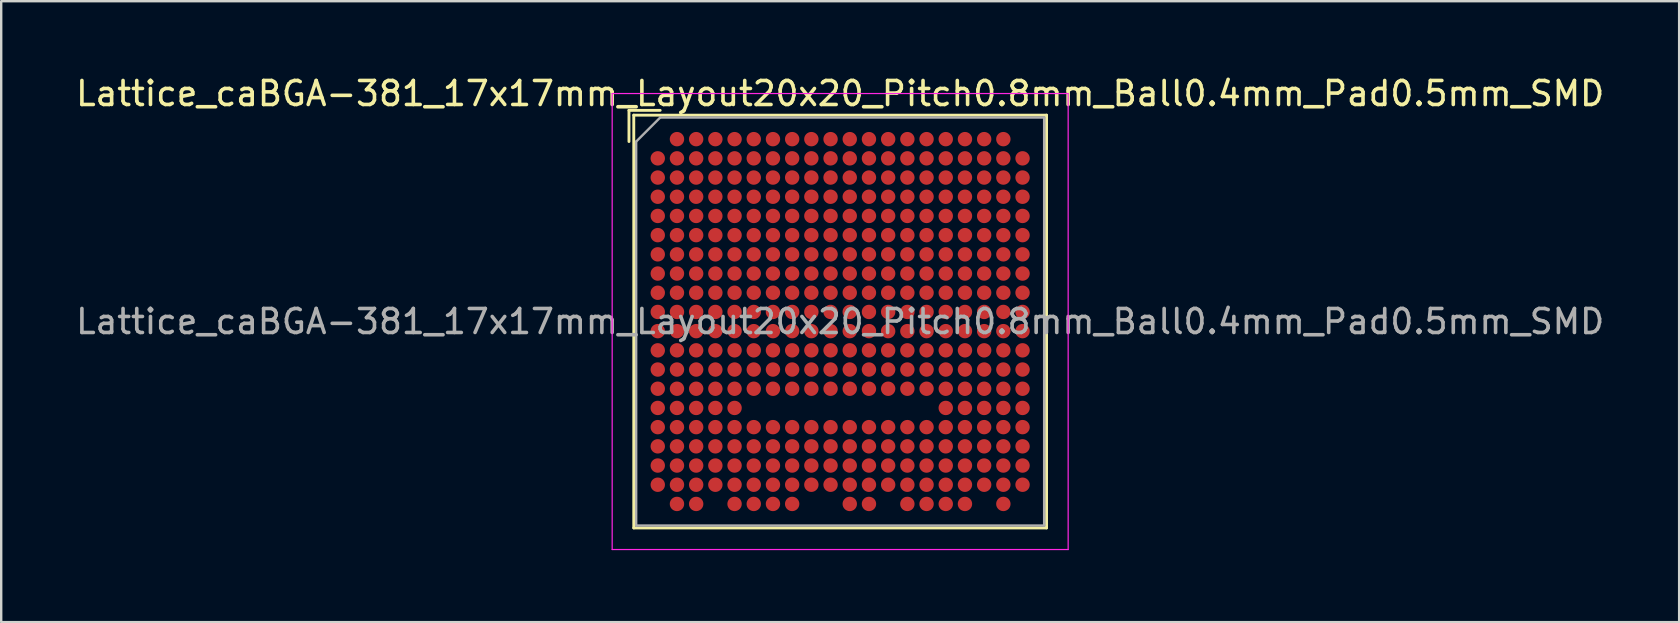
<source format=kicad_pcb>
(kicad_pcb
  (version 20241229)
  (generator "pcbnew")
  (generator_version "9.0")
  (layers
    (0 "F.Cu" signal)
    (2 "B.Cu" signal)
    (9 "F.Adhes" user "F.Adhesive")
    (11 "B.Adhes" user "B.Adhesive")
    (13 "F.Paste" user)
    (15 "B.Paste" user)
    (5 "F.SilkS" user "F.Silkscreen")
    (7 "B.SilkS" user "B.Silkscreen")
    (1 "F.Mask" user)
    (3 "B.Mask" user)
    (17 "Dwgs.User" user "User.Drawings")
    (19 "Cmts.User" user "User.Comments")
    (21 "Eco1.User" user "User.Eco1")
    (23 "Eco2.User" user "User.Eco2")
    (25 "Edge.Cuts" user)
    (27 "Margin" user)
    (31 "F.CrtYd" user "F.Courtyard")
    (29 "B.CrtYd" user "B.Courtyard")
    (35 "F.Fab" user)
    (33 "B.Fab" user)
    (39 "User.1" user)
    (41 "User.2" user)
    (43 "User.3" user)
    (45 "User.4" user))
  (footprint "Lattice_caBGA-381_17x17mm_Layout20x20_Pitch0.8mm_Ball0.4mm_Pad0.5mm_SMD"
    (layer "F.Cu")
    (at 31.958 10.348)
    (property "Reference" "Lattice_caBGA-381_17x17mm_Layout20x20_Pitch0.8mm_Ball0.4mm_Pad0.5mm_SMD" (at 0 -9.5 0) (layer "F.SilkS") (effects (font (size 1 1) (thickness 0.15))))
    (attr smd)
    (fp_line (start -8.8 -8.8) (end -8.8 -7.5) (stroke (width 0.12) (type solid)) (layer "F.SilkS"))
    (fp_line (start -8.8 -8.8) (end -7.5 -8.8) (stroke (width 0.12) (type solid)) (layer "F.SilkS"))
    (fp_line (start -8.6 -8.6) (end 8.6 -8.6) (stroke (width 0.12) (type solid)) (layer "F.SilkS"))
    (fp_line (start -8.6 8.6) (end -8.6 -8.6) (stroke (width 0.12) (type solid)) (layer "F.SilkS"))
    (fp_line (start 8.6 -8.6) (end 8.6 8.6) (stroke (width 0.12) (type solid)) (layer "F.SilkS"))
    (fp_line (start 8.6 8.6) (end -8.6 8.6) (stroke (width 0.12) (type solid)) (layer "F.SilkS"))
    (fp_line (start -9.5 -9.5) (end 9.5 -9.5) (stroke (width 0.05) (type solid)) (layer "F.CrtYd"))
    (fp_line (start -9.5 9.5) (end -9.5 -9.5) (stroke (width 0.05) (type solid)) (layer "F.CrtYd"))
    (fp_line (start 9.5 -9.5) (end 9.5 9.5) (stroke (width 0.05) (type solid)) (layer "F.CrtYd"))
    (fp_line (start 9.5 9.5) (end -9.5 9.5) (stroke (width 0.05) (type solid)) (layer "F.CrtYd"))
    (fp_line (start -8.5 -7.5) (end -7.5 -8.5) (stroke (width 0.1) (type solid)) (layer "F.Fab"))
    (fp_line (start -8.5 8.5) (end -8.5 -7.5) (stroke (width 0.1) (type solid)) (layer "F.Fab"))
    (fp_line (start -7.5 -8.5) (end 8.5 -8.5) (stroke (width 0.1) (type solid)) (layer "F.Fab"))
    (fp_line (start 8.5 -8.5) (end 8.5 8.5) (stroke (width 0.1) (type solid)) (layer "F.Fab"))
    (fp_line (start 8.5 8.5) (end -8.5 8.5) (stroke (width 0.1) (type solid)) (layer "F.Fab"))
    (fp_text user "${REFERENCE}" (at 0 0 0) (layer "F.Fab") (effects (font (size 1 1) (thickness 0.15))))
    (pad "A2" smd circle (at -6.8 -7.6) (size 0.6 0.6) (layers "F.Cu" "F.Mask" "F.Paste"))
    (pad "A3" smd circle (at -6 -7.6) (size 0.6 0.6) (layers "F.Cu" "F.Mask" "F.Paste"))
    (pad "A4" smd circle (at -5.2 -7.6) (size 0.6 0.6) (layers "F.Cu" "F.Mask" "F.Paste"))
    (pad "A5" smd circle (at -4.4 -7.6) (size 0.6 0.6) (layers "F.Cu" "F.Mask" "F.Paste"))
    (pad "A6" smd circle (at -3.6 -7.6) (size 0.6 0.6) (layers "F.Cu" "F.Mask" "F.Paste"))
    (pad "A7" smd circle (at -2.8 -7.6) (size 0.6 0.6) (layers "F.Cu" "F.Mask" "F.Paste"))
    (pad "A8" smd circle (at -2 -7.6) (size 0.6 0.6) (layers "F.Cu" "F.Mask" "F.Paste"))
    (pad "A9" smd circle (at -1.2 -7.6) (size 0.6 0.6) (layers "F.Cu" "F.Mask" "F.Paste"))
    (pad "A10" smd circle (at -0.4 -7.6) (size 0.6 0.6) (layers "F.Cu" "F.Mask" "F.Paste"))
    (pad "A11" smd circle (at 0.4 -7.6) (size 0.6 0.6) (layers "F.Cu" "F.Mask" "F.Paste"))
    (pad "A12" smd circle (at 1.2 -7.6) (size 0.6 0.6) (layers "F.Cu" "F.Mask" "F.Paste"))
    (pad "A13" smd circle (at 2 -7.6) (size 0.6 0.6) (layers "F.Cu" "F.Mask" "F.Paste"))
    (pad "A14" smd circle (at 2.8 -7.6) (size 0.6 0.6) (layers "F.Cu" "F.Mask" "F.Paste"))
    (pad "A15" smd circle (at 3.6 -7.6) (size 0.6 0.6) (layers "F.Cu" "F.Mask" "F.Paste"))
    (pad "A16" smd circle (at 4.4 -7.6) (size 0.6 0.6) (layers "F.Cu" "F.Mask" "F.Paste"))
    (pad "A17" smd circle (at 5.2 -7.6) (size 0.6 0.6) (layers "F.Cu" "F.Mask" "F.Paste"))
    (pad "A18" smd circle (at 6 -7.6) (size 0.6 0.6) (layers "F.Cu" "F.Mask" "F.Paste"))
    (pad "A19" smd circle (at 6.8 -7.6) (size 0.6 0.6) (layers "F.Cu" "F.Mask" "F.Paste"))
    (pad "B1" smd circle (at -7.6 -6.8) (size 0.6 0.6) (layers "F.Cu" "F.Mask" "F.Paste"))
    (pad "B2" smd circle (at -6.8 -6.8) (size 0.6 0.6) (layers "F.Cu" "F.Mask" "F.Paste"))
    (pad "B3" smd circle (at -6 -6.8) (size 0.6 0.6) (layers "F.Cu" "F.Mask" "F.Paste"))
    (pad "B4" smd circle (at -5.2 -6.8) (size 0.6 0.6) (layers "F.Cu" "F.Mask" "F.Paste"))
    (pad "B5" smd circle (at -4.4 -6.8) (size 0.6 0.6) (layers "F.Cu" "F.Mask" "F.Paste"))
    (pad "B6" smd circle (at -3.6 -6.8) (size 0.6 0.6) (layers "F.Cu" "F.Mask" "F.Paste"))
    (pad "B7" smd circle (at -2.8 -6.8) (size 0.6 0.6) (layers "F.Cu" "F.Mask" "F.Paste"))
    (pad "B8" smd circle (at -2 -6.8) (size 0.6 0.6) (layers "F.Cu" "F.Mask" "F.Paste"))
    (pad "B9" smd circle (at -1.2 -6.8) (size 0.6 0.6) (layers "F.Cu" "F.Mask" "F.Paste"))
    (pad "B10" smd circle (at -0.4 -6.8) (size 0.6 0.6) (layers "F.Cu" "F.Mask" "F.Paste"))
    (pad "B11" smd circle (at 0.4 -6.8) (size 0.6 0.6) (layers "F.Cu" "F.Mask" "F.Paste"))
    (pad "B12" smd circle (at 1.2 -6.8) (size 0.6 0.6) (layers "F.Cu" "F.Mask" "F.Paste"))
    (pad "B13" smd circle (at 2 -6.8) (size 0.6 0.6) (layers "F.Cu" "F.Mask" "F.Paste"))
    (pad "B14" smd circle (at 2.8 -6.8) (size 0.6 0.6) (layers "F.Cu" "F.Mask" "F.Paste"))
    (pad "B15" smd circle (at 3.6 -6.8) (size 0.6 0.6) (layers "F.Cu" "F.Mask" "F.Paste"))
    (pad "B16" smd circle (at 4.4 -6.8) (size 0.6 0.6) (layers "F.Cu" "F.Mask" "F.Paste"))
    (pad "B17" smd circle (at 5.2 -6.8) (size 0.6 0.6) (layers "F.Cu" "F.Mask" "F.Paste"))
    (pad "B18" smd circle (at 6 -6.8) (size 0.6 0.6) (layers "F.Cu" "F.Mask" "F.Paste"))
    (pad "B19" smd circle (at 6.8 -6.8) (size 0.6 0.6) (layers "F.Cu" "F.Mask" "F.Paste"))
    (pad "B20" smd circle (at 7.6 -6.8) (size 0.6 0.6) (layers "F.Cu" "F.Mask" "F.Paste"))
    (pad "C1" smd circle (at -7.6 -6) (size 0.6 0.6) (layers "F.Cu" "F.Mask" "F.Paste"))
    (pad "C2" smd circle (at -6.8 -6) (size 0.6 0.6) (layers "F.Cu" "F.Mask" "F.Paste"))
    (pad "C3" smd circle (at -6 -6) (size 0.6 0.6) (layers "F.Cu" "F.Mask" "F.Paste"))
    (pad "C4" smd circle (at -5.2 -6) (size 0.6 0.6) (layers "F.Cu" "F.Mask" "F.Paste"))
    (pad "C5" smd circle (at -4.4 -6) (size 0.6 0.6) (layers "F.Cu" "F.Mask" "F.Paste"))
    (pad "C6" smd circle (at -3.6 -6) (size 0.6 0.6) (layers "F.Cu" "F.Mask" "F.Paste"))
    (pad "C7" smd circle (at -2.8 -6) (size 0.6 0.6) (layers "F.Cu" "F.Mask" "F.Paste"))
    (pad "C8" smd circle (at -2 -6) (size 0.6 0.6) (layers "F.Cu" "F.Mask" "F.Paste"))
    (pad "C9" smd circle (at -1.2 -6) (size 0.6 0.6) (layers "F.Cu" "F.Mask" "F.Paste"))
    (pad "C10" smd circle (at -0.4 -6) (size 0.6 0.6) (layers "F.Cu" "F.Mask" "F.Paste"))
    (pad "C11" smd circle (at 0.4 -6) (size 0.6 0.6) (layers "F.Cu" "F.Mask" "F.Paste"))
    (pad "C12" smd circle (at 1.2 -6) (size 0.6 0.6) (layers "F.Cu" "F.Mask" "F.Paste"))
    (pad "C13" smd circle (at 2 -6) (size 0.6 0.6) (layers "F.Cu" "F.Mask" "F.Paste"))
    (pad "C14" smd circle (at 2.8 -6) (size 0.6 0.6) (layers "F.Cu" "F.Mask" "F.Paste"))
    (pad "C15" smd circle (at 3.6 -6) (size 0.6 0.6) (layers "F.Cu" "F.Mask" "F.Paste"))
    (pad "C16" smd circle (at 4.4 -6) (size 0.6 0.6) (layers "F.Cu" "F.Mask" "F.Paste"))
    (pad "C17" smd circle (at 5.2 -6) (size 0.6 0.6) (layers "F.Cu" "F.Mask" "F.Paste"))
    (pad "C18" smd circle (at 6 -6) (size 0.6 0.6) (layers "F.Cu" "F.Mask" "F.Paste"))
    (pad "C19" smd circle (at 6.8 -6) (size 0.6 0.6) (layers "F.Cu" "F.Mask" "F.Paste"))
    (pad "C20" smd circle (at 7.6 -6) (size 0.6 0.6) (layers "F.Cu" "F.Mask" "F.Paste"))
    (pad "D1" smd circle (at -7.6 -5.2) (size 0.6 0.6) (layers "F.Cu" "F.Mask" "F.Paste"))
    (pad "D2" smd circle (at -6.8 -5.2) (size 0.6 0.6) (layers "F.Cu" "F.Mask" "F.Paste"))
    (pad "D3" smd circle (at -6 -5.2) (size 0.6 0.6) (layers "F.Cu" "F.Mask" "F.Paste"))
    (pad "D4" smd circle (at -5.2 -5.2) (size 0.6 0.6) (layers "F.Cu" "F.Mask" "F.Paste"))
    (pad "D5" smd circle (at -4.4 -5.2) (size 0.6 0.6) (layers "F.Cu" "F.Mask" "F.Paste"))
    (pad "D6" smd circle (at -3.6 -5.2) (size 0.6 0.6) (layers "F.Cu" "F.Mask" "F.Paste"))
    (pad "D7" smd circle (at -2.8 -5.2) (size 0.6 0.6) (layers "F.Cu" "F.Mask" "F.Paste"))
    (pad "D8" smd circle (at -2 -5.2) (size 0.6 0.6) (layers "F.Cu" "F.Mask" "F.Paste"))
    (pad "D9" smd circle (at -1.2 -5.2) (size 0.6 0.6) (layers "F.Cu" "F.Mask" "F.Paste"))
    (pad "D10" smd circle (at -0.4 -5.2) (size 0.6 0.6) (layers "F.Cu" "F.Mask" "F.Paste"))
    (pad "D11" smd circle (at 0.4 -5.2) (size 0.6 0.6) (layers "F.Cu" "F.Mask" "F.Paste"))
    (pad "D12" smd circle (at 1.2 -5.2) (size 0.6 0.6) (layers "F.Cu" "F.Mask" "F.Paste"))
    (pad "D13" smd circle (at 2 -5.2) (size 0.6 0.6) (layers "F.Cu" "F.Mask" "F.Paste"))
    (pad "D14" smd circle (at 2.8 -5.2) (size 0.6 0.6) (layers "F.Cu" "F.Mask" "F.Paste"))
    (pad "D15" smd circle (at 3.6 -5.2) (size 0.6 0.6) (layers "F.Cu" "F.Mask" "F.Paste"))
    (pad "D16" smd circle (at 4.4 -5.2) (size 0.6 0.6) (layers "F.Cu" "F.Mask" "F.Paste"))
    (pad "D17" smd circle (at 5.2 -5.2) (size 0.6 0.6) (layers "F.Cu" "F.Mask" "F.Paste"))
    (pad "D18" smd circle (at 6 -5.2) (size 0.6 0.6) (layers "F.Cu" "F.Mask" "F.Paste"))
    (pad "D19" smd circle (at 6.8 -5.2) (size 0.6 0.6) (layers "F.Cu" "F.Mask" "F.Paste"))
    (pad "D20" smd circle (at 7.6 -5.2) (size 0.6 0.6) (layers "F.Cu" "F.Mask" "F.Paste"))
    (pad "E1" smd circle (at -7.6 -4.4) (size 0.6 0.6) (layers "F.Cu" "F.Mask" "F.Paste"))
    (pad "E2" smd circle (at -6.8 -4.4) (size 0.6 0.6) (layers "F.Cu" "F.Mask" "F.Paste"))
    (pad "E3" smd circle (at -6 -4.4) (size 0.6 0.6) (layers "F.Cu" "F.Mask" "F.Paste"))
    (pad "E4" smd circle (at -5.2 -4.4) (size 0.6 0.6) (layers "F.Cu" "F.Mask" "F.Paste"))
    (pad "E5" smd circle (at -4.4 -4.4) (size 0.6 0.6) (layers "F.Cu" "F.Mask" "F.Paste"))
    (pad "E6" smd circle (at -3.6 -4.4) (size 0.6 0.6) (layers "F.Cu" "F.Mask" "F.Paste"))
    (pad "E7" smd circle (at -2.8 -4.4) (size 0.6 0.6) (layers "F.Cu" "F.Mask" "F.Paste"))
    (pad "E8" smd circle (at -2 -4.4) (size 0.6 0.6) (layers "F.Cu" "F.Mask" "F.Paste"))
    (pad "E9" smd circle (at -1.2 -4.4) (size 0.6 0.6) (layers "F.Cu" "F.Mask" "F.Paste"))
    (pad "E10" smd circle (at -0.4 -4.4) (size 0.6 0.6) (layers "F.Cu" "F.Mask" "F.Paste"))
    (pad "E11" smd circle (at 0.4 -4.4) (size 0.6 0.6) (layers "F.Cu" "F.Mask" "F.Paste"))
    (pad "E12" smd circle (at 1.2 -4.4) (size 0.6 0.6) (layers "F.Cu" "F.Mask" "F.Paste"))
    (pad "E13" smd circle (at 2 -4.4) (size 0.6 0.6) (layers "F.Cu" "F.Mask" "F.Paste"))
    (pad "E14" smd circle (at 2.8 -4.4) (size 0.6 0.6) (layers "F.Cu" "F.Mask" "F.Paste"))
    (pad "E15" smd circle (at 3.6 -4.4) (size 0.6 0.6) (layers "F.Cu" "F.Mask" "F.Paste"))
    (pad "E16" smd circle (at 4.4 -4.4) (size 0.6 0.6) (layers "F.Cu" "F.Mask" "F.Paste"))
    (pad "E17" smd circle (at 5.2 -4.4) (size 0.6 0.6) (layers "F.Cu" "F.Mask" "F.Paste"))
    (pad "E18" smd circle (at 6 -4.4) (size 0.6 0.6) (layers "F.Cu" "F.Mask" "F.Paste"))
    (pad "E19" smd circle (at 6.8 -4.4) (size 0.6 0.6) (layers "F.Cu" "F.Mask" "F.Paste"))
    (pad "E20" smd circle (at 7.6 -4.4) (size 0.6 0.6) (layers "F.Cu" "F.Mask" "F.Paste"))
    (pad "F1" smd circle (at -7.6 -3.6) (size 0.6 0.6) (layers "F.Cu" "F.Mask" "F.Paste"))
    (pad "F2" smd circle (at -6.8 -3.6) (size 0.6 0.6) (layers "F.Cu" "F.Mask" "F.Paste"))
    (pad "F3" smd circle (at -6 -3.6) (size 0.6 0.6) (layers "F.Cu" "F.Mask" "F.Paste"))
    (pad "F4" smd circle (at -5.2 -3.6) (size 0.6 0.6) (layers "F.Cu" "F.Mask" "F.Paste"))
    (pad "F5" smd circle (at -4.4 -3.6) (size 0.6 0.6) (layers "F.Cu" "F.Mask" "F.Paste"))
    (pad "F6" smd circle (at -3.6 -3.6) (size 0.6 0.6) (layers "F.Cu" "F.Mask" "F.Paste"))
    (pad "F7" smd circle (at -2.8 -3.6) (size 0.6 0.6) (layers "F.Cu" "F.Mask" "F.Paste"))
    (pad "F8" smd circle (at -2 -3.6) (size 0.6 0.6) (layers "F.Cu" "F.Mask" "F.Paste"))
    (pad "F9" smd circle (at -1.2 -3.6) (size 0.6 0.6) (layers "F.Cu" "F.Mask" "F.Paste"))
    (pad "F10" smd circle (at -0.4 -3.6) (size 0.6 0.6) (layers "F.Cu" "F.Mask" "F.Paste"))
    (pad "F11" smd circle (at 0.4 -3.6) (size 0.6 0.6) (layers "F.Cu" "F.Mask" "F.Paste"))
    (pad "F12" smd circle (at 1.2 -3.6) (size 0.6 0.6) (layers "F.Cu" "F.Mask" "F.Paste"))
    (pad "F13" smd circle (at 2 -3.6) (size 0.6 0.6) (layers "F.Cu" "F.Mask" "F.Paste"))
    (pad "F14" smd circle (at 2.8 -3.6) (size 0.6 0.6) (layers "F.Cu" "F.Mask" "F.Paste"))
    (pad "F15" smd circle (at 3.6 -3.6) (size 0.6 0.6) (layers "F.Cu" "F.Mask" "F.Paste"))
    (pad "F16" smd circle (at 4.4 -3.6) (size 0.6 0.6) (layers "F.Cu" "F.Mask" "F.Paste"))
    (pad "F17" smd circle (at 5.2 -3.6) (size 0.6 0.6) (layers "F.Cu" "F.Mask" "F.Paste"))
    (pad "F18" smd circle (at 6 -3.6) (size 0.6 0.6) (layers "F.Cu" "F.Mask" "F.Paste"))
    (pad "F19" smd circle (at 6.8 -3.6) (size 0.6 0.6) (layers "F.Cu" "F.Mask" "F.Paste"))
    (pad "F20" smd circle (at 7.6 -3.6) (size 0.6 0.6) (layers "F.Cu" "F.Mask" "F.Paste"))
    (pad "G1" smd circle (at -7.6 -2.8) (size 0.6 0.6) (layers "F.Cu" "F.Mask" "F.Paste"))
    (pad "G2" smd circle (at -6.8 -2.8) (size 0.6 0.6) (layers "F.Cu" "F.Mask" "F.Paste"))
    (pad "G3" smd circle (at -6 -2.8) (size 0.6 0.6) (layers "F.Cu" "F.Mask" "F.Paste"))
    (pad "G4" smd circle (at -5.2 -2.8) (size 0.6 0.6) (layers "F.Cu" "F.Mask" "F.Paste"))
    (pad "G5" smd circle (at -4.4 -2.8) (size 0.6 0.6) (layers "F.Cu" "F.Mask" "F.Paste"))
    (pad "G6" smd circle (at -3.6 -2.8) (size 0.6 0.6) (layers "F.Cu" "F.Mask" "F.Paste"))
    (pad "G7" smd circle (at -2.8 -2.8) (size 0.6 0.6) (layers "F.Cu" "F.Mask" "F.Paste"))
    (pad "G8" smd circle (at -2 -2.8) (size 0.6 0.6) (layers "F.Cu" "F.Mask" "F.Paste"))
    (pad "G9" smd circle (at -1.2 -2.8) (size 0.6 0.6) (layers "F.Cu" "F.Mask" "F.Paste"))
    (pad "G10" smd circle (at -0.4 -2.8) (size 0.6 0.6) (layers "F.Cu" "F.Mask" "F.Paste"))
    (pad "G11" smd circle (at 0.4 -2.8) (size 0.6 0.6) (layers "F.Cu" "F.Mask" "F.Paste"))
    (pad "G12" smd circle (at 1.2 -2.8) (size 0.6 0.6) (layers "F.Cu" "F.Mask" "F.Paste"))
    (pad "G13" smd circle (at 2 -2.8) (size 0.6 0.6) (layers "F.Cu" "F.Mask" "F.Paste"))
    (pad "G14" smd circle (at 2.8 -2.8) (size 0.6 0.6) (layers "F.Cu" "F.Mask" "F.Paste"))
    (pad "G15" smd circle (at 3.6 -2.8) (size 0.6 0.6) (layers "F.Cu" "F.Mask" "F.Paste"))
    (pad "G16" smd circle (at 4.4 -2.8) (size 0.6 0.6) (layers "F.Cu" "F.Mask" "F.Paste"))
    (pad "G17" smd circle (at 5.2 -2.8) (size 0.6 0.6) (layers "F.Cu" "F.Mask" "F.Paste"))
    (pad "G18" smd circle (at 6 -2.8) (size 0.6 0.6) (layers "F.Cu" "F.Mask" "F.Paste"))
    (pad "G19" smd circle (at 6.8 -2.8) (size 0.6 0.6) (layers "F.Cu" "F.Mask" "F.Paste"))
    (pad "G20" smd circle (at 7.6 -2.8) (size 0.6 0.6) (layers "F.Cu" "F.Mask" "F.Paste"))
    (pad "H1" smd circle (at -7.6 -2) (size 0.6 0.6) (layers "F.Cu" "F.Mask" "F.Paste"))
    (pad "H2" smd circle (at -6.8 -2) (size 0.6 0.6) (layers "F.Cu" "F.Mask" "F.Paste"))
    (pad "H3" smd circle (at -6 -2) (size 0.6 0.6) (layers "F.Cu" "F.Mask" "F.Paste"))
    (pad "H4" smd circle (at -5.2 -2) (size 0.6 0.6) (layers "F.Cu" "F.Mask" "F.Paste"))
    (pad "H5" smd circle (at -4.4 -2) (size 0.6 0.6) (layers "F.Cu" "F.Mask" "F.Paste"))
    (pad "H6" smd circle (at -3.6 -2) (size 0.6 0.6) (layers "F.Cu" "F.Mask" "F.Paste"))
    (pad "H7" smd circle (at -2.8 -2) (size 0.6 0.6) (layers "F.Cu" "F.Mask" "F.Paste"))
    (pad "H8" smd circle (at -2 -2) (size 0.6 0.6) (layers "F.Cu" "F.Mask" "F.Paste"))
    (pad "H9" smd circle (at -1.2 -2) (size 0.6 0.6) (layers "F.Cu" "F.Mask" "F.Paste"))
    (pad "H10" smd circle (at -0.4 -2) (size 0.6 0.6) (layers "F.Cu" "F.Mask" "F.Paste"))
    (pad "H11" smd circle (at 0.4 -2) (size 0.6 0.6) (layers "F.Cu" "F.Mask" "F.Paste"))
    (pad "H12" smd circle (at 1.2 -2) (size 0.6 0.6) (layers "F.Cu" "F.Mask" "F.Paste"))
    (pad "H13" smd circle (at 2 -2) (size 0.6 0.6) (layers "F.Cu" "F.Mask" "F.Paste"))
    (pad "H14" smd circle (at 2.8 -2) (size 0.6 0.6) (layers "F.Cu" "F.Mask" "F.Paste"))
    (pad "H15" smd circle (at 3.6 -2) (size 0.6 0.6) (layers "F.Cu" "F.Mask" "F.Paste"))
    (pad "H16" smd circle (at 4.4 -2) (size 0.6 0.6) (layers "F.Cu" "F.Mask" "F.Paste"))
    (pad "H17" smd circle (at 5.2 -2) (size 0.6 0.6) (layers "F.Cu" "F.Mask" "F.Paste"))
    (pad "H18" smd circle (at 6 -2) (size 0.6 0.6) (layers "F.Cu" "F.Mask" "F.Paste"))
    (pad "H19" smd circle (at 6.8 -2) (size 0.6 0.6) (layers "F.Cu" "F.Mask" "F.Paste"))
    (pad "H20" smd circle (at 7.6 -2) (size 0.6 0.6) (layers "F.Cu" "F.Mask" "F.Paste"))
    (pad "J1" smd circle (at -7.6 -1.2) (size 0.6 0.6) (layers "F.Cu" "F.Mask" "F.Paste"))
    (pad "J2" smd circle (at -6.8 -1.2) (size 0.6 0.6) (layers "F.Cu" "F.Mask" "F.Paste"))
    (pad "J3" smd circle (at -6 -1.2) (size 0.6 0.6) (layers "F.Cu" "F.Mask" "F.Paste"))
    (pad "J4" smd circle (at -5.2 -1.2) (size 0.6 0.6) (layers "F.Cu" "F.Mask" "F.Paste"))
    (pad "J5" smd circle (at -4.4 -1.2) (size 0.6 0.6) (layers "F.Cu" "F.Mask" "F.Paste"))
    (pad "J6" smd circle (at -3.6 -1.2) (size 0.6 0.6) (layers "F.Cu" "F.Mask" "F.Paste"))
    (pad "J7" smd circle (at -2.8 -1.2) (size 0.6 0.6) (layers "F.Cu" "F.Mask" "F.Paste"))
    (pad "J8" smd circle (at -2 -1.2) (size 0.6 0.6) (layers "F.Cu" "F.Mask" "F.Paste"))
    (pad "J9" smd circle (at -1.2 -1.2) (size 0.6 0.6) (layers "F.Cu" "F.Mask" "F.Paste"))
    (pad "J10" smd circle (at -0.4 -1.2) (size 0.6 0.6) (layers "F.Cu" "F.Mask" "F.Paste"))
    (pad "J11" smd circle (at 0.4 -1.2) (size 0.6 0.6) (layers "F.Cu" "F.Mask" "F.Paste"))
    (pad "J12" smd circle (at 1.2 -1.2) (size 0.6 0.6) (layers "F.Cu" "F.Mask" "F.Paste"))
    (pad "J13" smd circle (at 2 -1.2) (size 0.6 0.6) (layers "F.Cu" "F.Mask" "F.Paste"))
    (pad "J14" smd circle (at 2.8 -1.2) (size 0.6 0.6) (layers "F.Cu" "F.Mask" "F.Paste"))
    (pad "J15" smd circle (at 3.6 -1.2) (size 0.6 0.6) (layers "F.Cu" "F.Mask" "F.Paste"))
    (pad "J16" smd circle (at 4.4 -1.2) (size 0.6 0.6) (layers "F.Cu" "F.Mask" "F.Paste"))
    (pad "J17" smd circle (at 5.2 -1.2) (size 0.6 0.6) (layers "F.Cu" "F.Mask" "F.Paste"))
    (pad "J18" smd circle (at 6 -1.2) (size 0.6 0.6) (layers "F.Cu" "F.Mask" "F.Paste"))
    (pad "J19" smd circle (at 6.8 -1.2) (size 0.6 0.6) (layers "F.Cu" "F.Mask" "F.Paste"))
    (pad "J20" smd circle (at 7.6 -1.2) (size 0.6 0.6) (layers "F.Cu" "F.Mask" "F.Paste"))
    (pad "K1" smd circle (at -7.6 -0.4) (size 0.6 0.6) (layers "F.Cu" "F.Mask" "F.Paste"))
    (pad "K2" smd circle (at -6.8 -0.4) (size 0.6 0.6) (layers "F.Cu" "F.Mask" "F.Paste"))
    (pad "K3" smd circle (at -6 -0.4) (size 0.6 0.6) (layers "F.Cu" "F.Mask" "F.Paste"))
    (pad "K4" smd circle (at -5.2 -0.4) (size 0.6 0.6) (layers "F.Cu" "F.Mask" "F.Paste"))
    (pad "K5" smd circle (at -4.4 -0.4) (size 0.6 0.6) (layers "F.Cu" "F.Mask" "F.Paste"))
    (pad "K6" smd circle (at -3.6 -0.4) (size 0.6 0.6) (layers "F.Cu" "F.Mask" "F.Paste"))
    (pad "K7" smd circle (at -2.8 -0.4) (size 0.6 0.6) (layers "F.Cu" "F.Mask" "F.Paste"))
    (pad "K8" smd circle (at -2 -0.4) (size 0.6 0.6) (layers "F.Cu" "F.Mask" "F.Paste"))
    (pad "K9" smd circle (at -1.2 -0.4) (size 0.6 0.6) (layers "F.Cu" "F.Mask" "F.Paste"))
    (pad "K10" smd circle (at -0.4 -0.4) (size 0.6 0.6) (layers "F.Cu" "F.Mask" "F.Paste"))
    (pad "K11" smd circle (at 0.4 -0.4) (size 0.6 0.6) (layers "F.Cu" "F.Mask" "F.Paste"))
    (pad "K12" smd circle (at 1.2 -0.4) (size 0.6 0.6) (layers "F.Cu" "F.Mask" "F.Paste"))
    (pad "K13" smd circle (at 2 -0.4) (size 0.6 0.6) (layers "F.Cu" "F.Mask" "F.Paste"))
    (pad "K14" smd circle (at 2.8 -0.4) (size 0.6 0.6) (layers "F.Cu" "F.Mask" "F.Paste"))
    (pad "K15" smd circle (at 3.6 -0.4) (size 0.6 0.6) (layers "F.Cu" "F.Mask" "F.Paste"))
    (pad "K16" smd circle (at 4.4 -0.4) (size 0.6 0.6) (layers "F.Cu" "F.Mask" "F.Paste"))
    (pad "K17" smd circle (at 5.2 -0.4) (size 0.6 0.6) (layers "F.Cu" "F.Mask" "F.Paste"))
    (pad "K18" smd circle (at 6 -0.4) (size 0.6 0.6) (layers "F.Cu" "F.Mask" "F.Paste"))
    (pad "K19" smd circle (at 6.8 -0.4) (size 0.6 0.6) (layers "F.Cu" "F.Mask" "F.Paste"))
    (pad "K20" smd circle (at 7.6 -0.4) (size 0.6 0.6) (layers "F.Cu" "F.Mask" "F.Paste"))
    (pad "L1" smd circle (at -7.6 0.4) (size 0.6 0.6) (layers "F.Cu" "F.Mask" "F.Paste"))
    (pad "L2" smd circle (at -6.8 0.4) (size 0.6 0.6) (layers "F.Cu" "F.Mask" "F.Paste"))
    (pad "L3" smd circle (at -6 0.4) (size 0.6 0.6) (layers "F.Cu" "F.Mask" "F.Paste"))
    (pad "L4" smd circle (at -5.2 0.4) (size 0.6 0.6) (layers "F.Cu" "F.Mask" "F.Paste"))
    (pad "L5" smd circle (at -4.4 0.4) (size 0.6 0.6) (layers "F.Cu" "F.Mask" "F.Paste"))
    (pad "L6" smd circle (at -3.6 0.4) (size 0.6 0.6) (layers "F.Cu" "F.Mask" "F.Paste"))
    (pad "L7" smd circle (at -2.8 0.4) (size 0.6 0.6) (layers "F.Cu" "F.Mask" "F.Paste"))
    (pad "L8" smd circle (at -2 0.4) (size 0.6 0.6) (layers "F.Cu" "F.Mask" "F.Paste"))
    (pad "L9" smd circle (at -1.2 0.4) (size 0.6 0.6) (layers "F.Cu" "F.Mask" "F.Paste"))
    (pad "L10" smd circle (at -0.4 0.4) (size 0.6 0.6) (layers "F.Cu" "F.Mask" "F.Paste"))
    (pad "L11" smd circle (at 0.4 0.4) (size 0.6 0.6) (layers "F.Cu" "F.Mask" "F.Paste"))
    (pad "L12" smd circle (at 1.2 0.4) (size 0.6 0.6) (layers "F.Cu" "F.Mask" "F.Paste"))
    (pad "L13" smd circle (at 2 0.4) (size 0.6 0.6) (layers "F.Cu" "F.Mask" "F.Paste"))
    (pad "L14" smd circle (at 2.8 0.4) (size 0.6 0.6) (layers "F.Cu" "F.Mask" "F.Paste"))
    (pad "L15" smd circle (at 3.6 0.4) (size 0.6 0.6) (layers "F.Cu" "F.Mask" "F.Paste"))
    (pad "L16" smd circle (at 4.4 0.4) (size 0.6 0.6) (layers "F.Cu" "F.Mask" "F.Paste"))
    (pad "L17" smd circle (at 5.2 0.4) (size 0.6 0.6) (layers "F.Cu" "F.Mask" "F.Paste"))
    (pad "L18" smd circle (at 6 0.4) (size 0.6 0.6) (layers "F.Cu" "F.Mask" "F.Paste"))
    (pad "L19" smd circle (at 6.8 0.4) (size 0.6 0.6) (layers "F.Cu" "F.Mask" "F.Paste"))
    (pad "L20" smd circle (at 7.6 0.4) (size 0.6 0.6) (layers "F.Cu" "F.Mask" "F.Paste"))
    (pad "M1" smd circle (at -7.6 1.2) (size 0.6 0.6) (layers "F.Cu" "F.Mask" "F.Paste"))
    (pad "M2" smd circle (at -6.8 1.2) (size 0.6 0.6) (layers "F.Cu" "F.Mask" "F.Paste"))
    (pad "M3" smd circle (at -6 1.2) (size 0.6 0.6) (layers "F.Cu" "F.Mask" "F.Paste"))
    (pad "M4" smd circle (at -5.2 1.2) (size 0.6 0.6) (layers "F.Cu" "F.Mask" "F.Paste"))
    (pad "M5" smd circle (at -4.4 1.2) (size 0.6 0.6) (layers "F.Cu" "F.Mask" "F.Paste"))
    (pad "M6" smd circle (at -3.6 1.2) (size 0.6 0.6) (layers "F.Cu" "F.Mask" "F.Paste"))
    (pad "M7" smd circle (at -2.8 1.2) (size 0.6 0.6) (layers "F.Cu" "F.Mask" "F.Paste"))
    (pad "M8" smd circle (at -2 1.2) (size 0.6 0.6) (layers "F.Cu" "F.Mask" "F.Paste"))
    (pad "M9" smd circle (at -1.2 1.2) (size 0.6 0.6) (layers "F.Cu" "F.Mask" "F.Paste"))
    (pad "M10" smd circle (at -0.4 1.2) (size 0.6 0.6) (layers "F.Cu" "F.Mask" "F.Paste"))
    (pad "M11" smd circle (at 0.4 1.2) (size 0.6 0.6) (layers "F.Cu" "F.Mask" "F.Paste"))
    (pad "M12" smd circle (at 1.2 1.2) (size 0.6 0.6) (layers "F.Cu" "F.Mask" "F.Paste"))
    (pad "M13" smd circle (at 2 1.2) (size 0.6 0.6) (layers "F.Cu" "F.Mask" "F.Paste"))
    (pad "M14" smd circle (at 2.8 1.2) (size 0.6 0.6) (layers "F.Cu" "F.Mask" "F.Paste"))
    (pad "M15" smd circle (at 3.6 1.2) (size 0.6 0.6) (layers "F.Cu" "F.Mask" "F.Paste"))
    (pad "M16" smd circle (at 4.4 1.2) (size 0.6 0.6) (layers "F.Cu" "F.Mask" "F.Paste"))
    (pad "M17" smd circle (at 5.2 1.2) (size 0.6 0.6) (layers "F.Cu" "F.Mask" "F.Paste"))
    (pad "M18" smd circle (at 6 1.2) (size 0.6 0.6) (layers "F.Cu" "F.Mask" "F.Paste"))
    (pad "M19" smd circle (at 6.8 1.2) (size 0.6 0.6) (layers "F.Cu" "F.Mask" "F.Paste"))
    (pad "M20" smd circle (at 7.6 1.2) (size 0.6 0.6) (layers "F.Cu" "F.Mask" "F.Paste"))
    (pad "N1" smd circle (at -7.6 2) (size 0.6 0.6) (layers "F.Cu" "F.Mask" "F.Paste"))
    (pad "N2" smd circle (at -6.8 2) (size 0.6 0.6) (layers "F.Cu" "F.Mask" "F.Paste"))
    (pad "N3" smd circle (at -6 2) (size 0.6 0.6) (layers "F.Cu" "F.Mask" "F.Paste"))
    (pad "N4" smd circle (at -5.2 2) (size 0.6 0.6) (layers "F.Cu" "F.Mask" "F.Paste"))
    (pad "N5" smd circle (at -4.4 2) (size 0.6 0.6) (layers "F.Cu" "F.Mask" "F.Paste"))
    (pad "N6" smd circle (at -3.6 2) (size 0.6 0.6) (layers "F.Cu" "F.Mask" "F.Paste"))
    (pad "N7" smd circle (at -2.8 2) (size 0.6 0.6) (layers "F.Cu" "F.Mask" "F.Paste"))
    (pad "N8" smd circle (at -2 2) (size 0.6 0.6) (layers "F.Cu" "F.Mask" "F.Paste"))
    (pad "N9" smd circle (at -1.2 2) (size 0.6 0.6) (layers "F.Cu" "F.Mask" "F.Paste"))
    (pad "N10" smd circle (at -0.4 2) (size 0.6 0.6) (layers "F.Cu" "F.Mask" "F.Paste"))
    (pad "N11" smd circle (at 0.4 2) (size 0.6 0.6) (layers "F.Cu" "F.Mask" "F.Paste"))
    (pad "N12" smd circle (at 1.2 2) (size 0.6 0.6) (layers "F.Cu" "F.Mask" "F.Paste"))
    (pad "N13" smd circle (at 2 2) (size 0.6 0.6) (layers "F.Cu" "F.Mask" "F.Paste"))
    (pad "N14" smd circle (at 2.8 2) (size 0.6 0.6) (layers "F.Cu" "F.Mask" "F.Paste"))
    (pad "N15" smd circle (at 3.6 2) (size 0.6 0.6) (layers "F.Cu" "F.Mask" "F.Paste"))
    (pad "N16" smd circle (at 4.4 2) (size 0.6 0.6) (layers "F.Cu" "F.Mask" "F.Paste"))
    (pad "N17" smd circle (at 5.2 2) (size 0.6 0.6) (layers "F.Cu" "F.Mask" "F.Paste"))
    (pad "N18" smd circle (at 6 2) (size 0.6 0.6) (layers "F.Cu" "F.Mask" "F.Paste"))
    (pad "N19" smd circle (at 6.8 2) (size 0.6 0.6) (layers "F.Cu" "F.Mask" "F.Paste"))
    (pad "N20" smd circle (at 7.6 2) (size 0.6 0.6) (layers "F.Cu" "F.Mask" "F.Paste"))
    (pad "P1" smd circle (at -7.6 2.8) (size 0.6 0.6) (layers "F.Cu" "F.Mask" "F.Paste"))
    (pad "P2" smd circle (at -6.8 2.8) (size 0.6 0.6) (layers "F.Cu" "F.Mask" "F.Paste"))
    (pad "P3" smd circle (at -6 2.8) (size 0.6 0.6) (layers "F.Cu" "F.Mask" "F.Paste"))
    (pad "P4" smd circle (at -5.2 2.8) (size 0.6 0.6) (layers "F.Cu" "F.Mask" "F.Paste"))
    (pad "P5" smd circle (at -4.4 2.8) (size 0.6 0.6) (layers "F.Cu" "F.Mask" "F.Paste"))
    (pad "P6" smd circle (at -3.6 2.8) (size 0.6 0.6) (layers "F.Cu" "F.Mask" "F.Paste"))
    (pad "P7" smd circle (at -2.8 2.8) (size 0.6 0.6) (layers "F.Cu" "F.Mask" "F.Paste"))
    (pad "P8" smd circle (at -2 2.8) (size 0.6 0.6) (layers "F.Cu" "F.Mask" "F.Paste"))
    (pad "P9" smd circle (at -1.2 2.8) (size 0.6 0.6) (layers "F.Cu" "F.Mask" "F.Paste"))
    (pad "P10" smd circle (at -0.4 2.8) (size 0.6 0.6) (layers "F.Cu" "F.Mask" "F.Paste"))
    (pad "P11" smd circle (at 0.4 2.8) (size 0.6 0.6) (layers "F.Cu" "F.Mask" "F.Paste"))
    (pad "P12" smd circle (at 1.2 2.8) (size 0.6 0.6) (layers "F.Cu" "F.Mask" "F.Paste"))
    (pad "P13" smd circle (at 2 2.8) (size 0.6 0.6) (layers "F.Cu" "F.Mask" "F.Paste"))
    (pad "P14" smd circle (at 2.8 2.8) (size 0.6 0.6) (layers "F.Cu" "F.Mask" "F.Paste"))
    (pad "P15" smd circle (at 3.6 2.8) (size 0.6 0.6) (layers "F.Cu" "F.Mask" "F.Paste"))
    (pad "P16" smd circle (at 4.4 2.8) (size 0.6 0.6) (layers "F.Cu" "F.Mask" "F.Paste"))
    (pad "P17" smd circle (at 5.2 2.8) (size 0.6 0.6) (layers "F.Cu" "F.Mask" "F.Paste"))
    (pad "P18" smd circle (at 6 2.8) (size 0.6 0.6) (layers "F.Cu" "F.Mask" "F.Paste"))
    (pad "P19" smd circle (at 6.8 2.8) (size 0.6 0.6) (layers "F.Cu" "F.Mask" "F.Paste"))
    (pad "P20" smd circle (at 7.6 2.8) (size 0.6 0.6) (layers "F.Cu" "F.Mask" "F.Paste"))
    (pad "R1" smd circle (at -7.6 3.6) (size 0.6 0.6) (layers "F.Cu" "F.Mask" "F.Paste"))
    (pad "R2" smd circle (at -6.8 3.6) (size 0.6 0.6) (layers "F.Cu" "F.Mask" "F.Paste"))
    (pad "R3" smd circle (at -6 3.6) (size 0.6 0.6) (layers "F.Cu" "F.Mask" "F.Paste"))
    (pad "R4" smd circle (at -5.2 3.6) (size 0.6 0.6) (layers "F.Cu" "F.Mask" "F.Paste"))
    (pad "R5" smd circle (at -4.4 3.6) (size 0.6 0.6) (layers "F.Cu" "F.Mask" "F.Paste"))
    (pad "R16" smd circle (at 4.4 3.6) (size 0.6 0.6) (layers "F.Cu" "F.Mask" "F.Paste"))
    (pad "R17" smd circle (at 5.2 3.6) (size 0.6 0.6) (layers "F.Cu" "F.Mask" "F.Paste"))
    (pad "R18" smd circle (at 6 3.6) (size 0.6 0.6) (layers "F.Cu" "F.Mask" "F.Paste"))
    (pad "R19" smd circle (at 6.8 3.6) (size 0.6 0.6) (layers "F.Cu" "F.Mask" "F.Paste"))
    (pad "R20" smd circle (at 7.6 3.6) (size 0.6 0.6) (layers "F.Cu" "F.Mask" "F.Paste"))
    (pad "T1" smd circle (at -7.6 4.4) (size 0.6 0.6) (layers "F.Cu" "F.Mask" "F.Paste"))
    (pad "T2" smd circle (at -6.8 4.4) (size 0.6 0.6) (layers "F.Cu" "F.Mask" "F.Paste"))
    (pad "T3" smd circle (at -6 4.4) (size 0.6 0.6) (layers "F.Cu" "F.Mask" "F.Paste"))
    (pad "T4" smd circle (at -5.2 4.4) (size 0.6 0.6) (layers "F.Cu" "F.Mask" "F.Paste"))
    (pad "T5" smd circle (at -4.4 4.4) (size 0.6 0.6) (layers "F.Cu" "F.Mask" "F.Paste"))
    (pad "T6" smd circle (at -3.6 4.4) (size 0.6 0.6) (layers "F.Cu" "F.Mask" "F.Paste"))
    (pad "T7" smd circle (at -2.8 4.4) (size 0.6 0.6) (layers "F.Cu" "F.Mask" "F.Paste"))
    (pad "T8" smd circle (at -2 4.4) (size 0.6 0.6) (layers "F.Cu" "F.Mask" "F.Paste"))
    (pad "T9" smd circle (at -1.2 4.4) (size 0.6 0.6) (layers "F.Cu" "F.Mask" "F.Paste"))
    (pad "T10" smd circle (at -0.4 4.4) (size 0.6 0.6) (layers "F.Cu" "F.Mask" "F.Paste"))
    (pad "T11" smd circle (at 0.4 4.4) (size 0.6 0.6) (layers "F.Cu" "F.Mask" "F.Paste"))
    (pad "T12" smd circle (at 1.2 4.4) (size 0.6 0.6) (layers "F.Cu" "F.Mask" "F.Paste"))
    (pad "T13" smd circle (at 2 4.4) (size 0.6 0.6) (layers "F.Cu" "F.Mask" "F.Paste"))
    (pad "T14" smd circle (at 2.8 4.4) (size 0.6 0.6) (layers "F.Cu" "F.Mask" "F.Paste"))
    (pad "T15" smd circle (at 3.6 4.4) (size 0.6 0.6) (layers "F.Cu" "F.Mask" "F.Paste"))
    (pad "T16" smd circle (at 4.4 4.4) (size 0.6 0.6) (layers "F.Cu" "F.Mask" "F.Paste"))
    (pad "T17" smd circle (at 5.2 4.4) (size 0.6 0.6) (layers "F.Cu" "F.Mask" "F.Paste"))
    (pad "T18" smd circle (at 6 4.4) (size 0.6 0.6) (layers "F.Cu" "F.Mask" "F.Paste"))
    (pad "T19" smd circle (at 6.8 4.4) (size 0.6 0.6) (layers "F.Cu" "F.Mask" "F.Paste"))
    (pad "T20" smd circle (at 7.6 4.4) (size 0.6 0.6) (layers "F.Cu" "F.Mask" "F.Paste"))
    (pad "U1" smd circle (at -7.6 5.2) (size 0.6 0.6) (layers "F.Cu" "F.Mask" "F.Paste"))
    (pad "U2" smd circle (at -6.8 5.2) (size 0.6 0.6) (layers "F.Cu" "F.Mask" "F.Paste"))
    (pad "U3" smd circle (at -6 5.2) (size 0.6 0.6) (layers "F.Cu" "F.Mask" "F.Paste"))
    (pad "U4" smd circle (at -5.2 5.2) (size 0.6 0.6) (layers "F.Cu" "F.Mask" "F.Paste"))
    (pad "U5" smd circle (at -4.4 5.2) (size 0.6 0.6) (layers "F.Cu" "F.Mask" "F.Paste"))
    (pad "U6" smd circle (at -3.6 5.2) (size 0.6 0.6) (layers "F.Cu" "F.Mask" "F.Paste"))
    (pad "U7" smd circle (at -2.8 5.2) (size 0.6 0.6) (layers "F.Cu" "F.Mask" "F.Paste"))
    (pad "U8" smd circle (at -2 5.2) (size 0.6 0.6) (layers "F.Cu" "F.Mask" "F.Paste"))
    (pad "U9" smd circle (at -1.2 5.2) (size 0.6 0.6) (layers "F.Cu" "F.Mask" "F.Paste"))
    (pad "U10" smd circle (at -0.4 5.2) (size 0.6 0.6) (layers "F.Cu" "F.Mask" "F.Paste"))
    (pad "U11" smd circle (at 0.4 5.2) (size 0.6 0.6) (layers "F.Cu" "F.Mask" "F.Paste"))
    (pad "U12" smd circle (at 1.2 5.2) (size 0.6 0.6) (layers "F.Cu" "F.Mask" "F.Paste"))
    (pad "U13" smd circle (at 2 5.2) (size 0.6 0.6) (layers "F.Cu" "F.Mask" "F.Paste"))
    (pad "U14" smd circle (at 2.8 5.2) (size 0.6 0.6) (layers "F.Cu" "F.Mask" "F.Paste"))
    (pad "U15" smd circle (at 3.6 5.2) (size 0.6 0.6) (layers "F.Cu" "F.Mask" "F.Paste"))
    (pad "U16" smd circle (at 4.4 5.2) (size 0.6 0.6) (layers "F.Cu" "F.Mask" "F.Paste"))
    (pad "U17" smd circle (at 5.2 5.2) (size 0.6 0.6) (layers "F.Cu" "F.Mask" "F.Paste"))
    (pad "U18" smd circle (at 6 5.2) (size 0.6 0.6) (layers "F.Cu" "F.Mask" "F.Paste"))
    (pad "U19" smd circle (at 6.8 5.2) (size 0.6 0.6) (layers "F.Cu" "F.Mask" "F.Paste"))
    (pad "U20" smd circle (at 7.6 5.2) (size 0.6 0.6) (layers "F.Cu" "F.Mask" "F.Paste"))
    (pad "V1" smd circle (at -7.6 6) (size 0.6 0.6) (layers "F.Cu" "F.Mask" "F.Paste"))
    (pad "V2" smd circle (at -6.8 6) (size 0.6 0.6) (layers "F.Cu" "F.Mask" "F.Paste"))
    (pad "V3" smd circle (at -6 6) (size 0.6 0.6) (layers "F.Cu" "F.Mask" "F.Paste"))
    (pad "V4" smd circle (at -5.2 6) (size 0.6 0.6) (layers "F.Cu" "F.Mask" "F.Paste"))
    (pad "V5" smd circle (at -4.4 6) (size 0.6 0.6) (layers "F.Cu" "F.Mask" "F.Paste"))
    (pad "V6" smd circle (at -3.6 6) (size 0.6 0.6) (layers "F.Cu" "F.Mask" "F.Paste"))
    (pad "V7" smd circle (at -2.8 6) (size 0.6 0.6) (layers "F.Cu" "F.Mask" "F.Paste"))
    (pad "V8" smd circle (at -2 6) (size 0.6 0.6) (layers "F.Cu" "F.Mask" "F.Paste"))
    (pad "V9" smd circle (at -1.2 6) (size 0.6 0.6) (layers "F.Cu" "F.Mask" "F.Paste"))
    (pad "V10" smd circle (at -0.4 6) (size 0.6 0.6) (layers "F.Cu" "F.Mask" "F.Paste"))
    (pad "V11" smd circle (at 0.4 6) (size 0.6 0.6) (layers "F.Cu" "F.Mask" "F.Paste"))
    (pad "V12" smd circle (at 1.2 6) (size 0.6 0.6) (layers "F.Cu" "F.Mask" "F.Paste"))
    (pad "V13" smd circle (at 2 6) (size 0.6 0.6) (layers "F.Cu" "F.Mask" "F.Paste"))
    (pad "V14" smd circle (at 2.8 6) (size 0.6 0.6) (layers "F.Cu" "F.Mask" "F.Paste"))
    (pad "V15" smd circle (at 3.6 6) (size 0.6 0.6) (layers "F.Cu" "F.Mask" "F.Paste"))
    (pad "V16" smd circle (at 4.4 6) (size 0.6 0.6) (layers "F.Cu" "F.Mask" "F.Paste"))
    (pad "V17" smd circle (at 5.2 6) (size 0.6 0.6) (layers "F.Cu" "F.Mask" "F.Paste"))
    (pad "V18" smd circle (at 6 6) (size 0.6 0.6) (layers "F.Cu" "F.Mask" "F.Paste"))
    (pad "V19" smd circle (at 6.8 6) (size 0.6 0.6) (layers "F.Cu" "F.Mask" "F.Paste"))
    (pad "V20" smd circle (at 7.6 6) (size 0.6 0.6) (layers "F.Cu" "F.Mask" "F.Paste"))
    (pad "W1" smd circle (at -7.6 6.8) (size 0.6 0.6) (layers "F.Cu" "F.Mask" "F.Paste"))
    (pad "W2" smd circle (at -6.8 6.8) (size 0.6 0.6) (layers "F.Cu" "F.Mask" "F.Paste"))
    (pad "W3" smd circle (at -6 6.8) (size 0.6 0.6) (layers "F.Cu" "F.Mask" "F.Paste"))
    (pad "W4" smd circle (at -5.2 6.8) (size 0.6 0.6) (layers "F.Cu" "F.Mask" "F.Paste"))
    (pad "W5" smd circle (at -4.4 6.8) (size 0.6 0.6) (layers "F.Cu" "F.Mask" "F.Paste"))
    (pad "W6" smd circle (at -3.6 6.8) (size 0.6 0.6) (layers "F.Cu" "F.Mask" "F.Paste"))
    (pad "W7" smd circle (at -2.8 6.8) (size 0.6 0.6) (layers "F.Cu" "F.Mask" "F.Paste"))
    (pad "W8" smd circle (at -2 6.8) (size 0.6 0.6) (layers "F.Cu" "F.Mask" "F.Paste"))
    (pad "W9" smd circle (at -1.2 6.8) (size 0.6 0.6) (layers "F.Cu" "F.Mask" "F.Paste"))
    (pad "W10" smd circle (at -0.4 6.8) (size 0.6 0.6) (layers "F.Cu" "F.Mask" "F.Paste"))
    (pad "W11" smd circle (at 0.4 6.8) (size 0.6 0.6) (layers "F.Cu" "F.Mask" "F.Paste"))
    (pad "W12" smd circle (at 1.2 6.8) (size 0.6 0.6) (layers "F.Cu" "F.Mask" "F.Paste"))
    (pad "W13" smd circle (at 2 6.8) (size 0.6 0.6) (layers "F.Cu" "F.Mask" "F.Paste"))
    (pad "W14" smd circle (at 2.8 6.8) (size 0.6 0.6) (layers "F.Cu" "F.Mask" "F.Paste"))
    (pad "W15" smd circle (at 3.6 6.8) (size 0.6 0.6) (layers "F.Cu" "F.Mask" "F.Paste"))
    (pad "W16" smd circle (at 4.4 6.8) (size 0.6 0.6) (layers "F.Cu" "F.Mask" "F.Paste"))
    (pad "W17" smd circle (at 5.2 6.8) (size 0.6 0.6) (layers "F.Cu" "F.Mask" "F.Paste"))
    (pad "W18" smd circle (at 6 6.8) (size 0.6 0.6) (layers "F.Cu" "F.Mask" "F.Paste"))
    (pad "W19" smd circle (at 6.8 6.8) (size 0.6 0.6) (layers "F.Cu" "F.Mask" "F.Paste"))
    (pad "W20" smd circle (at 7.6 6.8) (size 0.6 0.6) (layers "F.Cu" "F.Mask" "F.Paste"))
    (pad "Y2" smd circle (at -6.8 7.6) (size 0.6 0.6) (layers "F.Cu" "F.Mask" "F.Paste"))
    (pad "Y3" smd circle (at -6 7.6) (size 0.6 0.6) (layers "F.Cu" "F.Mask" "F.Paste"))
    (pad "Y5" smd circle (at -4.4 7.6) (size 0.6 0.6) (layers "F.Cu" "F.Mask" "F.Paste"))
    (pad "Y6" smd circle (at -3.6 7.6) (size 0.6 0.6) (layers "F.Cu" "F.Mask" "F.Paste"))
    (pad "Y7" smd circle (at -2.8 7.6) (size 0.6 0.6) (layers "F.Cu" "F.Mask" "F.Paste"))
    (pad "Y8" smd circle (at -2 7.6) (size 0.6 0.6) (layers "F.Cu" "F.Mask" "F.Paste"))
    (pad "Y11" smd circle (at 0.4 7.6) (size 0.6 0.6) (layers "F.Cu" "F.Mask" "F.Paste"))
    (pad "Y12" smd circle (at 1.2 7.6) (size 0.6 0.6) (layers "F.Cu" "F.Mask" "F.Paste"))
    (pad "Y14" smd circle (at 2.8 7.6) (size 0.6 0.6) (layers "F.Cu" "F.Mask" "F.Paste"))
    (pad "Y15" smd circle (at 3.6 7.6) (size 0.6 0.6) (layers "F.Cu" "F.Mask" "F.Paste"))
    (pad "Y16" smd circle (at 4.4 7.6) (size 0.6 0.6) (layers "F.Cu" "F.Mask" "F.Paste"))
    (pad "Y17" smd circle (at 5.2 7.6) (size 0.6 0.6) (layers "F.Cu" "F.Mask" "F.Paste"))
    (pad "Y19" smd circle (at 6.8 7.6) (size 0.6 0.6) (layers "F.Cu" "F.Mask" "F.Paste")))
  (gr_rect
    (start -3 -3)
    (end 66.917 22.873)
    (stroke (width 0.1) (type default))
    (fill no)
    (layer "Edge.Cuts")))
</source>
